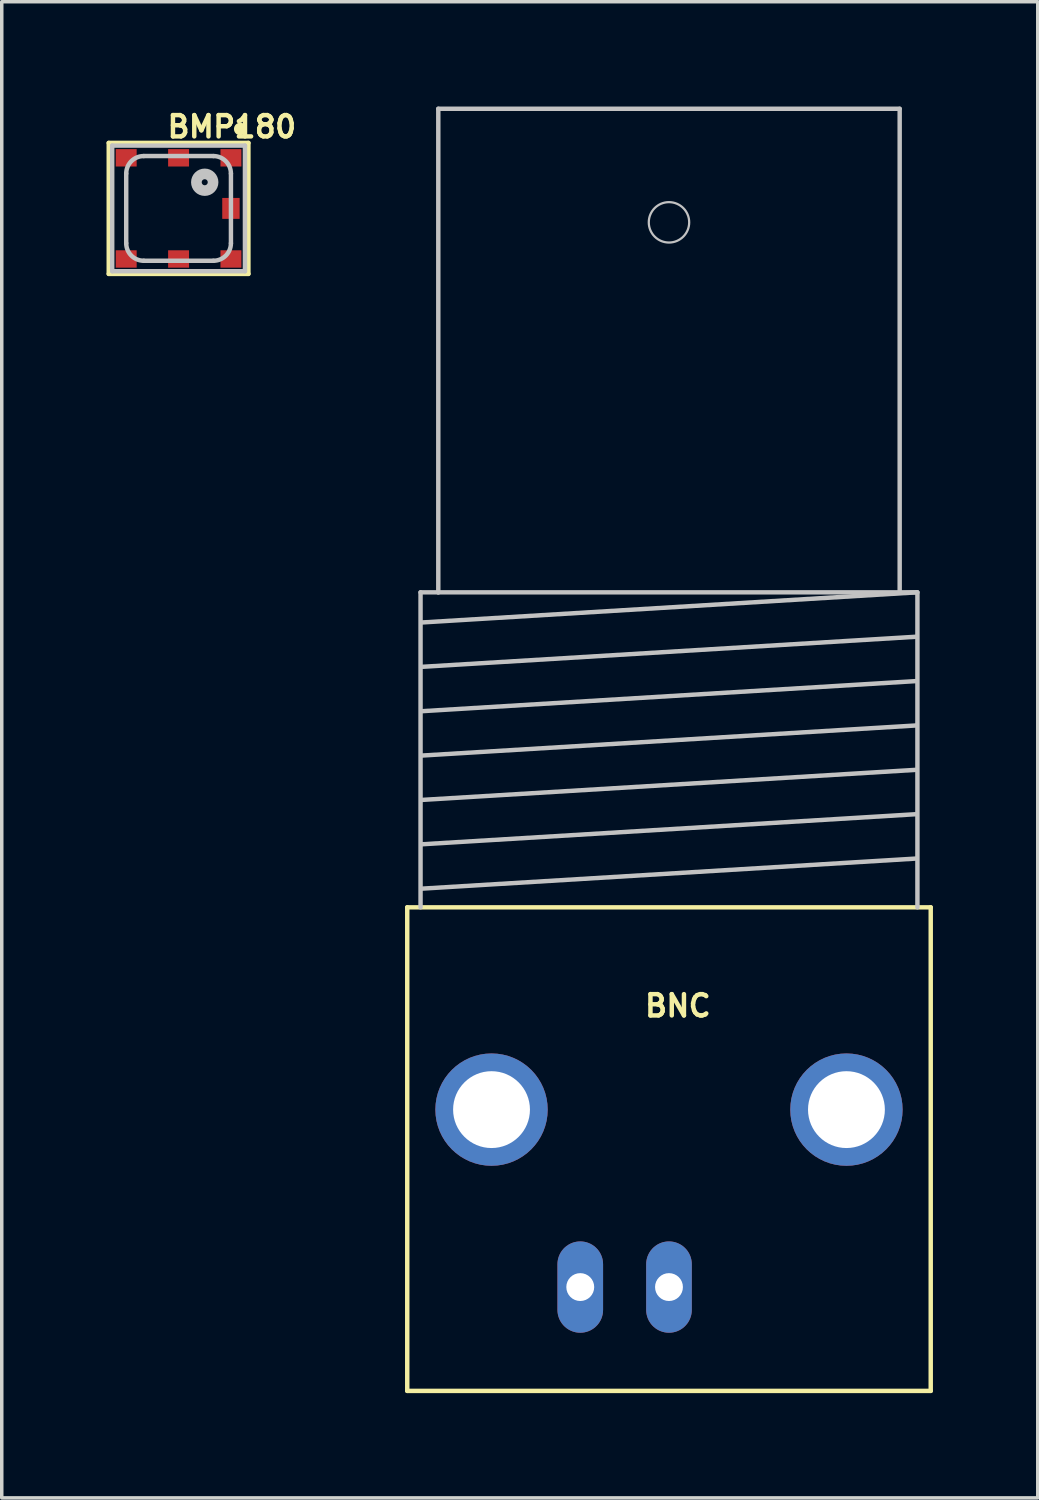
<source format=kicad_pcb>
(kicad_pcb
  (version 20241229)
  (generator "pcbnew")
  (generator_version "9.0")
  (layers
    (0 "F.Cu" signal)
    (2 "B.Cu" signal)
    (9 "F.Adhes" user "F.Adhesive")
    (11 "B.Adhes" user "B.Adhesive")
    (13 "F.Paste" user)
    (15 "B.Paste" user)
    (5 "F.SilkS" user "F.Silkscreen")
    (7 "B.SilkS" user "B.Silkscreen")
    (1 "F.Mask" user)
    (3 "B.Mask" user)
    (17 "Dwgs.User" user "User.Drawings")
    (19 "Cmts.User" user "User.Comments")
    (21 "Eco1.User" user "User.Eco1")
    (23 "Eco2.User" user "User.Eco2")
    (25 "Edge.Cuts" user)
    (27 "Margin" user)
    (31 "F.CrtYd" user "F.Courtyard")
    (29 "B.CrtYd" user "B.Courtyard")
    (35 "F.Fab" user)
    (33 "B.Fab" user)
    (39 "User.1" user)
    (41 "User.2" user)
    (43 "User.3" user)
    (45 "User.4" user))
  (footprint "BNC"
    (layer "F.Cu")
    (at 16.101 33.795)
    (property "Reference" "BNC" (at 0.254 -8.052 0) (layer "F.SilkS") (effects (font (size 0.61 0.61) (thickness 0.127))))
    (attr exclude_from_pos_files exclude_from_bom)
    (fp_line (start -7.493 -10.871) (end -7.493 2.972) (stroke (width 0.127) (type solid)) (layer "F.SilkS"))
    (fp_line (start -7.493 2.972) (end 7.493 2.972) (stroke (width 0.127) (type solid)) (layer "F.SilkS"))
    (fp_line (start 7.493 -10.871) (end -7.493 -10.871) (stroke (width 0.127) (type solid)) (layer "F.SilkS"))
    (fp_line (start 7.493 2.972) (end 7.493 -10.871) (stroke (width 0.127) (type solid)) (layer "F.SilkS"))
    (fp_line (start -7.112 -19.888) (end -6.604 -19.888) (stroke (width 0.127) (type solid)) (layer "Dwgs.User"))
    (fp_line (start -7.112 -10.871) (end -7.112 -19.888) (stroke (width 0.127) (type solid)) (layer "Dwgs.User"))
    (fp_line (start -7.087 -19.025) (end 7.087 -19.888) (stroke (width 0.127) (type solid)) (layer "Dwgs.User"))
    (fp_line (start -7.087 -17.755) (end 7.087 -18.618) (stroke (width 0.127) (type solid)) (layer "Dwgs.User"))
    (fp_line (start -7.087 -16.485) (end 7.087 -17.348) (stroke (width 0.127) (type solid)) (layer "Dwgs.User"))
    (fp_line (start -7.087 -15.215) (end 7.087 -16.078) (stroke (width 0.127) (type solid)) (layer "Dwgs.User"))
    (fp_line (start -7.087 -13.945) (end 7.087 -14.808) (stroke (width 0.127) (type solid)) (layer "Dwgs.User"))
    (fp_line (start -7.087 -12.675) (end 7.087 -13.538) (stroke (width 0.127) (type solid)) (layer "Dwgs.User"))
    (fp_line (start -7.087 -11.405) (end 7.087 -12.268) (stroke (width 0.127) (type solid)) (layer "Dwgs.User"))
    (fp_line (start -6.604 -33.731) (end -6.604 -19.888) (stroke (width 0.127) (type solid)) (layer "Dwgs.User"))
    (fp_line (start -6.604 -19.888) (end 6.604 -19.888) (stroke (width 0.127) (type solid)) (layer "Dwgs.User"))
    (fp_line (start 6.604 -33.731) (end -6.604 -33.731) (stroke (width 0.127) (type solid)) (layer "Dwgs.User"))
    (fp_line (start 6.604 -19.888) (end 6.604 -33.731) (stroke (width 0.127) (type solid)) (layer "Dwgs.User"))
    (fp_line (start 6.604 -19.888) (end 7.087 -19.888) (stroke (width 0.127) (type solid)) (layer "Dwgs.User"))
    (fp_line (start 7.087 -19.888) (end 7.112 -19.888) (stroke (width 0.127) (type solid)) (layer "Dwgs.User"))
    (fp_line (start 7.112 -19.888) (end 7.112 -10.871) (stroke (width 0.127) (type solid)) (layer "Dwgs.User"))
    (fp_circle (center 0 -30.48) (end -0.409 -30.889) (stroke (width 0.064) (type solid)) (fill no) (layer "Dwgs.User"))
    (pad "3" thru_hole circle (at -5.08 -5.08) (size 3.216 3.216) (drill 2.2) (layers "*.Cu" "*.Paste" "*.Mask"))
    (pad "4" thru_hole circle (at 5.08 -5.08) (size 3.216 3.216) (drill 2.2) (layers "*.Cu" "*.Paste" "*.Mask"))
    (pad "GND" thru_hole oval (at -2.54 0 180) (size 1.306 2.614) (drill 0.798) (layers "*.Cu" "*.Paste" "*.Mask"))
    (pad "S" thru_hole oval (at 0 0 180) (size 1.306 2.614) (drill 0.798) (layers "*.Cu" "*.Paste" "*.Mask")))
  (footprint "BMP180"
    (layer "F.Cu")
    (at 2.062 2.916)
    (property "Reference" "BMP180" (at 1.524 -2.337 0) (layer "F.SilkS") (effects (font (size 0.61 0.61) (thickness 0.127))))
    (attr smd)
    (fp_line (start -1.999 -1.875) (end -1.999 1.875) (stroke (width 0.127) (type solid)) (layer "F.SilkS"))
    (fp_line (start -1.999 1.875) (end 1.999 1.875) (stroke (width 0.127) (type solid)) (layer "F.SilkS"))
    (fp_line (start 1.999 -1.875) (end -1.999 -1.875) (stroke (width 0.127) (type solid)) (layer "F.SilkS"))
    (fp_line (start 1.999 1.875) (end 1.999 -1.875) (stroke (width 0.127) (type solid)) (layer "F.SilkS"))
    (fp_circle (center 1.765 -2.273) (end 1.892 -2.4) (stroke (width 0) (type solid)) (fill yes) (layer "F.SilkS"))
    (fp_line (start -1.9 -1.798) (end -1.9 1.798) (stroke (width 0.127) (type solid)) (layer "Dwgs.User"))
    (fp_line (start -1.9 1.798) (end 1.9 1.798) (stroke (width 0.127) (type solid)) (layer "Dwgs.User"))
    (fp_line (start -1.499 -0.998) (end -1.499 0.998) (stroke (width 0.127) (type solid)) (layer "Dwgs.User"))
    (fp_line (start -0.998 1.499) (end 0.998 1.499) (stroke (width 0.127) (type solid)) (layer "Dwgs.User"))
    (fp_line (start 0.998 -1.499) (end -0.998 -1.499) (stroke (width 0.127) (type solid)) (layer "Dwgs.User"))
    (fp_line (start 1.499 0.998) (end 1.499 -0.998) (stroke (width 0.127) (type solid)) (layer "Dwgs.User"))
    (fp_line (start 1.9 -1.798) (end -1.9 -1.798) (stroke (width 0.127) (type solid)) (layer "Dwgs.User"))
    (fp_line (start 1.9 1.798) (end 1.9 -1.798) (stroke (width 0.127) (type solid)) (layer "Dwgs.User"))
    (fp_arc (start -1.4986 -0.99822) (mid -1.352042 -1.352042) (end -0.99822 -1.4986) (stroke (width 0.127) (type solid)) (layer "Dwgs.User"))
    (fp_arc (start -0.99822 1.4986) (mid -1.352042 1.352042) (end -1.4986 0.99822) (stroke (width 0.127) (type solid)) (layer "Dwgs.User"))
    (fp_arc (start 0.99822 -1.4986) (mid 1.352042 -1.352042) (end 1.4986 -0.99822) (stroke (width 0.127) (type solid)) (layer "Dwgs.User"))
    (fp_arc (start 1.4986 0.99822) (mid 1.352042 1.352042) (end 0.99822 1.4986) (stroke (width 0.127) (type solid)) (layer "Dwgs.User"))
    (fp_circle (center 0.749 -0.749) (end 0.81 -0.81) (stroke (width 0.305) (type solid)) (fill no) (layer "Dwgs.User"))
    (pad "1" smd rect (at 1.499 -1.448 90) (size 0.498 0.599) (layers "F.Cu" "F.Mask" "F.Paste"))
    (pad "2" smd rect (at 0 -1.448 90) (size 0.498 0.599) (layers "F.Cu" "F.Mask" "F.Paste"))
    (pad "3" smd rect (at -1.499 -1.448 90) (size 0.498 0.599) (layers "F.Cu" "F.Mask" "F.Paste"))
    (pad "4" smd rect (at -1.499 1.448 90) (size 0.498 0.599) (layers "F.Cu" "F.Mask" "F.Paste"))
    (pad "5" smd rect (at 0 1.448 90) (size 0.498 0.599) (layers "F.Cu" "F.Mask" "F.Paste"))
    (pad "6" smd rect (at 1.499 1.448 90) (size 0.498 0.599) (layers "F.Cu" "F.Mask" "F.Paste"))
    (pad "7" smd rect (at 1.499 0 180) (size 0.498 0.599) (layers "F.Cu" "F.Mask" "F.Paste")))
  (gr_rect
    (start -3 -3)
    (end 26.658 39.83)
    (stroke (width 0.1) (type default))
    (fill no)
    (layer "Edge.Cuts")))
</source>
